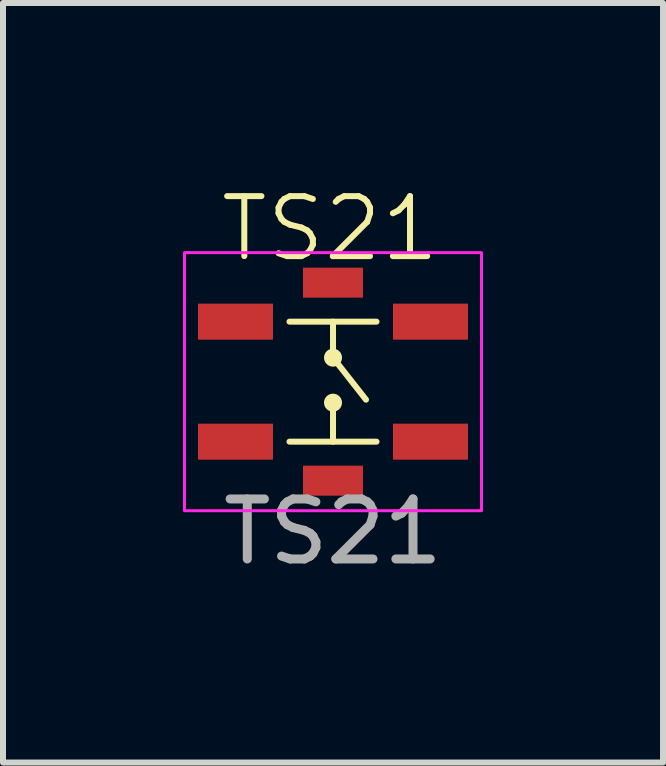
<source format=kicad_pcb>
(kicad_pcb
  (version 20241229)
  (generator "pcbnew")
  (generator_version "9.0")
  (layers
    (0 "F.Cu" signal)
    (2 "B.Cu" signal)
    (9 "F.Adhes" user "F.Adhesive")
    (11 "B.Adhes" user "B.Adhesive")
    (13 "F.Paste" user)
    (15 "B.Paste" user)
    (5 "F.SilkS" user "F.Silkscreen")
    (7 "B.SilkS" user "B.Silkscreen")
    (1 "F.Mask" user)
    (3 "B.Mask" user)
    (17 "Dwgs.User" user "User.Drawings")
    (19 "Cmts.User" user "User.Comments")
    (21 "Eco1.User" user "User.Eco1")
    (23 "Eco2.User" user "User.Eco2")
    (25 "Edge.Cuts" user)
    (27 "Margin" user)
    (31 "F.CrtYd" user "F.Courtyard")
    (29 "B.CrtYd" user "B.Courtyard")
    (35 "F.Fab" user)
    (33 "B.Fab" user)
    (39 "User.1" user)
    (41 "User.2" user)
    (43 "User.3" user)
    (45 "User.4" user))
  (footprint "TS21"
    (layer "F.Cu")
    (at 2.5 3.311)
    (property "Reference" "TS21" (at -0.05 -2.55 0) (unlocked yes) (layer "F.SilkS") (effects (font (size 1 1) (thickness 0.1))))
    (attr smd)
    (fp_line (start -0.725 -1) (end 0.725 -1) (stroke (width 0.1) (type default)) (layer "F.SilkS"))
    (fp_line (start -0.725 1) (end 0.725 1) (stroke (width 0.1) (type default)) (layer "F.SilkS"))
    (fp_line (start 0 -1) (end 0 -0.4) (stroke (width 0.1) (type default)) (layer "F.SilkS"))
    (fp_line (start 0 -0.4) (end 0.55 0.3) (stroke (width 0.1) (type default)) (layer "F.SilkS"))
    (fp_line (start 0 1) (end 0 0.35) (stroke (width 0.1) (type default)) (layer "F.SilkS"))
    (fp_circle (center 0 -0.4) (end 0.1 -0.4) (stroke (width 0.1) (type solid)) (fill yes) (layer "F.SilkS"))
    (fp_circle (center 0 0.35) (end 0.1 0.35) (stroke (width 0.1) (type solid)) (fill yes) (layer "F.SilkS"))
    (fp_rect (start -2.475 -2.15) (end 2.475 2.15) (stroke (width 0.05) (type default)) (fill no) (layer "F.CrtYd"))
    (fp_text user "${REFERENCE}" (at 0 2.5 0) (unlocked yes) (layer "F.Fab") (effects (font (size 1 1) (thickness 0.15))))
    (pad "" smd rect (at 0 -1.65 90) (size 0.5 1) (layers "F.Cu" "F.Mask" "F.Paste"))
    (pad "" smd rect (at 0 1.65 90) (size 0.5 1) (layers "F.Cu" "F.Mask" "F.Paste"))
    (pad "1" smd rect (at -1.625 -1 90) (size 0.6 1.25) (layers "F.Cu" "F.Mask" "F.Paste"))
    (pad "1" smd rect (at 1.625 -1 90) (size 0.6 1.25) (layers "F.Cu" "F.Mask" "F.Paste"))
    (pad "2" smd rect (at -1.625 1 270) (size 0.6 1.25) (layers "F.Cu" "F.Mask" "F.Paste"))
    (pad "2" smd rect (at 1.625 1 270) (size 0.6 1.25) (layers "F.Cu" "F.Mask" "F.Paste")))
  (gr_rect
    (start -3 -3)
    (end 8 9.659)
    (stroke (width 0.1) (type default))
    (fill no)
    (layer "Edge.Cuts")))
</source>
